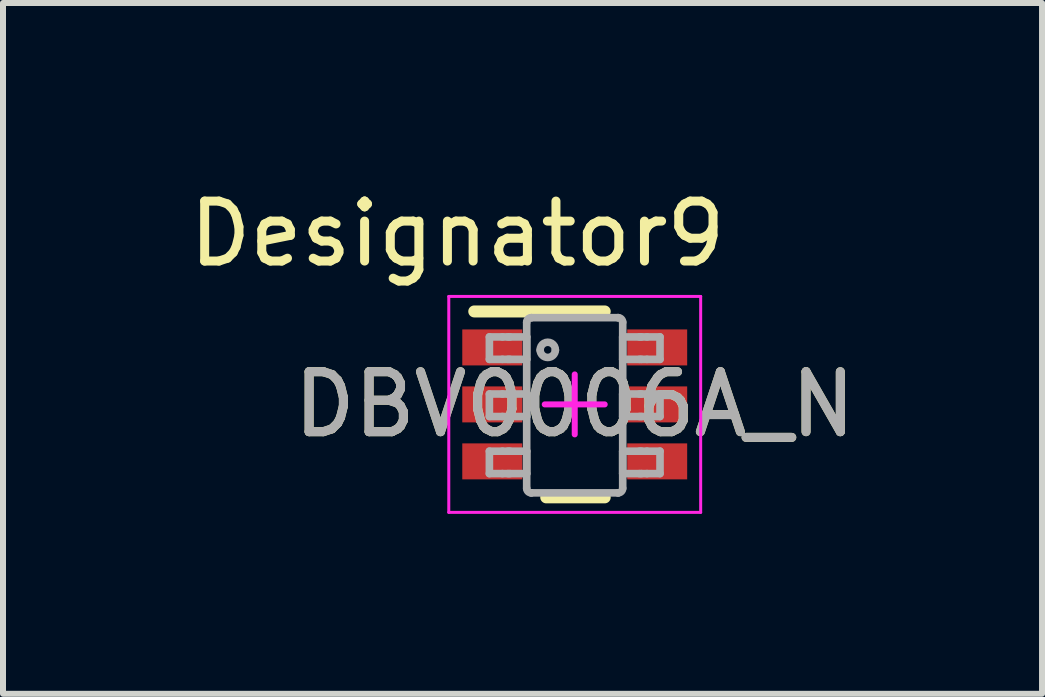
<source format=kicad_pcb>
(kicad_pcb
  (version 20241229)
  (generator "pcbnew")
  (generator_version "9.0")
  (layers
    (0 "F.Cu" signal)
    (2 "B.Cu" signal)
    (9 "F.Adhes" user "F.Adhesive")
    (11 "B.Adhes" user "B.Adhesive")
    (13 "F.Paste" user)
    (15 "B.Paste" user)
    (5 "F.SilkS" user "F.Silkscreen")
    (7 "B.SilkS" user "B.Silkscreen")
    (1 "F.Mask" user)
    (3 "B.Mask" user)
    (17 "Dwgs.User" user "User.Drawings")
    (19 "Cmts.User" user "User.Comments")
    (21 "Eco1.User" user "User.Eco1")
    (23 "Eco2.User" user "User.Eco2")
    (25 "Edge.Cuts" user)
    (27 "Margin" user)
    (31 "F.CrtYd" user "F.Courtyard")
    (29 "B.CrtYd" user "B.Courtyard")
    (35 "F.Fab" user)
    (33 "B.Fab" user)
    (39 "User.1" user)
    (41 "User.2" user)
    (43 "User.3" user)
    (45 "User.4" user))
  (footprint "DBV0006A_N"
    (layer "F.Cu")
    (at 6.533 3.693)
    (property "Reference" "DBV0006A_N" (at 0 0 0) (unlocked yes) (layer "F.SilkS") (effects (font (size 1 1) (thickness 0.15))))
    (attr smd)
    (fp_line (start -1.675 -1.55) (end 0.5 -1.55) (stroke (width 0.2) (type solid)) (layer "F.SilkS"))
    (fp_line (start -0.475 1.55) (end 0.5 1.55) (stroke (width 0.2) (type solid)) (layer "F.SilkS"))
    (fp_line (start -2.1 -1.8) (end 2.1 -1.8) (stroke (width 0.05) (type solid)) (layer "F.CrtYd"))
    (fp_line (start -2.1 1.8) (end -2.1 -1.8) (stroke (width 0.05) (type solid)) (layer "F.CrtYd"))
    (fp_line (start -2.1 1.8) (end 2.1 1.8) (stroke (width 0.05) (type solid)) (layer "F.CrtYd"))
    (fp_line (start -0.5 0) (end 0.5 0) (stroke (width 0.1) (type solid)) (layer "F.CrtYd"))
    (fp_line (start 0 0.5) (end 0 -0.5) (stroke (width 0.1) (type solid)) (layer "F.CrtYd"))
    (fp_line (start 2.1 1.8) (end 2.1 -1.8) (stroke (width 0.05) (type solid)) (layer "F.CrtYd"))
    (fp_line (start -1.423 -1.125) (end -1.206 -1.125) (stroke (width 0.127) (type solid)) (layer "F.Fab"))
    (fp_line (start -1.423 -0.751) (end -1.423 -1.125) (stroke (width 0.127) (type solid)) (layer "F.Fab"))
    (fp_line (start -1.423 -0.751) (end -1.206 -0.751) (stroke (width 0.127) (type solid)) (layer "F.Fab"))
    (fp_line (start -1.423 -0.173) (end -1.206 -0.173) (stroke (width 0.127) (type solid)) (layer "F.Fab"))
    (fp_line (start -1.423 0.202) (end -1.423 -0.173) (stroke (width 0.127) (type solid)) (layer "F.Fab"))
    (fp_line (start -1.423 0.202) (end -1.206 0.202) (stroke (width 0.127) (type solid)) (layer "F.Fab"))
    (fp_line (start -1.423 0.78) (end -1.206 0.78) (stroke (width 0.127) (type solid)) (layer "F.Fab"))
    (fp_line (start -1.423 1.154) (end -1.423 0.78) (stroke (width 0.127) (type solid)) (layer "F.Fab"))
    (fp_line (start -1.423 1.154) (end -1.206 1.154) (stroke (width 0.127) (type solid)) (layer "F.Fab"))
    (fp_line (start -1.206 -1.125) (end -1.113 -1.125) (stroke (width 0.127) (type solid)) (layer "F.Fab"))
    (fp_line (start -1.206 -0.751) (end -1.113 -0.751) (stroke (width 0.127) (type solid)) (layer "F.Fab"))
    (fp_line (start -1.206 -0.173) (end -1.113 -0.173) (stroke (width 0.127) (type solid)) (layer "F.Fab"))
    (fp_line (start -1.206 0.202) (end -1.113 0.202) (stroke (width 0.127) (type solid)) (layer "F.Fab"))
    (fp_line (start -1.206 0.78) (end -1.113 0.78) (stroke (width 0.127) (type solid)) (layer "F.Fab"))
    (fp_line (start -1.206 1.154) (end -1.113 1.154) (stroke (width 0.127) (type solid)) (layer "F.Fab"))
    (fp_line (start -1.113 -1.125) (end -1.081 -1.125) (stroke (width 0.127) (type solid)) (layer "F.Fab"))
    (fp_line (start -1.113 -0.751) (end -1.081 -0.751) (stroke (width 0.127) (type solid)) (layer "F.Fab"))
    (fp_line (start -1.113 -0.173) (end -1.081 -0.173) (stroke (width 0.127) (type solid)) (layer "F.Fab"))
    (fp_line (start -1.113 0.202) (end -1.081 0.202) (stroke (width 0.127) (type solid)) (layer "F.Fab"))
    (fp_line (start -1.113 0.78) (end -1.081 0.78) (stroke (width 0.127) (type solid)) (layer "F.Fab"))
    (fp_line (start -1.113 1.154) (end -1.081 1.154) (stroke (width 0.127) (type solid)) (layer "F.Fab"))
    (fp_line (start -1.081 -1.125) (end -0.828 -1.125) (stroke (width 0.127) (type solid)) (layer "F.Fab"))
    (fp_line (start -1.081 -0.751) (end -0.828 -0.751) (stroke (width 0.127) (type solid)) (layer "F.Fab"))
    (fp_line (start -1.081 -0.173) (end -0.828 -0.173) (stroke (width 0.127) (type solid)) (layer "F.Fab"))
    (fp_line (start -1.081 0.202) (end -0.828 0.202) (stroke (width 0.127) (type solid)) (layer "F.Fab"))
    (fp_line (start -1.081 0.78) (end -0.828 0.78) (stroke (width 0.127) (type solid)) (layer "F.Fab"))
    (fp_line (start -1.081 1.154) (end -0.828 1.154) (stroke (width 0.127) (type solid)) (layer "F.Fab"))
    (fp_line (start -0.828 -1.125) (end -0.801 -1.125) (stroke (width 0.127) (type solid)) (layer "F.Fab"))
    (fp_line (start -0.828 -0.751) (end -0.801 -0.751) (stroke (width 0.127) (type solid)) (layer "F.Fab"))
    (fp_line (start -0.828 -0.173) (end -0.801 -0.173) (stroke (width 0.127) (type solid)) (layer "F.Fab"))
    (fp_line (start -0.828 0.202) (end -0.801 0.202) (stroke (width 0.127) (type solid)) (layer "F.Fab"))
    (fp_line (start -0.828 0.78) (end -0.801 0.78) (stroke (width 0.127) (type solid)) (layer "F.Fab"))
    (fp_line (start -0.828 1.154) (end -0.801 1.154) (stroke (width 0.127) (type solid)) (layer "F.Fab"))
    (fp_line (start -0.801 -0.751) (end -0.801 -1.125) (stroke (width 0.127) (type solid)) (layer "F.Fab"))
    (fp_line (start -0.801 0.202) (end -0.801 -0.173) (stroke (width 0.127) (type solid)) (layer "F.Fab"))
    (fp_line (start -0.801 1.154) (end -0.801 0.78) (stroke (width 0.127) (type solid)) (layer "F.Fab"))
    (fp_line (start -0.801 1.399) (end -0.801 -1.37) (stroke (width 0.127) (type solid)) (layer "F.Fab"))
    (fp_line (start -0.725 -1.446) (end -0.724 -1.446) (stroke (width 0.127) (type solid)) (layer "F.Fab"))
    (fp_line (start -0.725 1.475) (end -0.724 1.475) (stroke (width 0.127) (type solid)) (layer "F.Fab"))
    (fp_line (start -0.724 -1.446) (end 0.723 -1.446) (stroke (width 0.127) (type solid)) (layer "F.Fab"))
    (fp_line (start -0.724 1.475) (end 0.723 1.475) (stroke (width 0.127) (type solid)) (layer "F.Fab"))
    (fp_line (start 0.723 -1.446) (end 0.724 -1.446) (stroke (width 0.127) (type solid)) (layer "F.Fab"))
    (fp_line (start 0.723 1.475) (end 0.724 1.475) (stroke (width 0.127) (type solid)) (layer "F.Fab"))
    (fp_line (start 0.8 -1.125) (end 0.827 -1.125) (stroke (width 0.127) (type solid)) (layer "F.Fab"))
    (fp_line (start 0.8 -0.751) (end 0.8 -1.125) (stroke (width 0.127) (type solid)) (layer "F.Fab"))
    (fp_line (start 0.8 -0.751) (end 0.827 -0.751) (stroke (width 0.127) (type solid)) (layer "F.Fab"))
    (fp_line (start 0.8 -0.173) (end 0.827 -0.173) (stroke (width 0.127) (type solid)) (layer "F.Fab"))
    (fp_line (start 0.8 0.202) (end 0.8 -0.173) (stroke (width 0.127) (type solid)) (layer "F.Fab"))
    (fp_line (start 0.8 0.202) (end 0.827 0.202) (stroke (width 0.127) (type solid)) (layer "F.Fab"))
    (fp_line (start 0.8 0.78) (end 0.827 0.78) (stroke (width 0.127) (type solid)) (layer "F.Fab"))
    (fp_line (start 0.8 1.154) (end 0.8 0.78) (stroke (width 0.127) (type solid)) (layer "F.Fab"))
    (fp_line (start 0.8 1.154) (end 0.827 1.154) (stroke (width 0.127) (type solid)) (layer "F.Fab"))
    (fp_line (start 0.8 1.399) (end 0.8 -1.37) (stroke (width 0.127) (type solid)) (layer "F.Fab"))
    (fp_line (start 0.827 -1.125) (end 1.08 -1.125) (stroke (width 0.127) (type solid)) (layer "F.Fab"))
    (fp_line (start 0.827 -0.751) (end 1.08 -0.751) (stroke (width 0.127) (type solid)) (layer "F.Fab"))
    (fp_line (start 0.827 -0.173) (end 1.08 -0.173) (stroke (width 0.127) (type solid)) (layer "F.Fab"))
    (fp_line (start 0.827 0.202) (end 1.08 0.202) (stroke (width 0.127) (type solid)) (layer "F.Fab"))
    (fp_line (start 0.827 0.78) (end 1.08 0.78) (stroke (width 0.127) (type solid)) (layer "F.Fab"))
    (fp_line (start 0.827 1.154) (end 1.08 1.154) (stroke (width 0.127) (type solid)) (layer "F.Fab"))
    (fp_line (start 1.08 -1.125) (end 1.112 -1.125) (stroke (width 0.127) (type solid)) (layer "F.Fab"))
    (fp_line (start 1.08 -0.751) (end 1.112 -0.751) (stroke (width 0.127) (type solid)) (layer "F.Fab"))
    (fp_line (start 1.08 -0.173) (end 1.112 -0.173) (stroke (width 0.127) (type solid)) (layer "F.Fab"))
    (fp_line (start 1.08 0.202) (end 1.112 0.202) (stroke (width 0.127) (type solid)) (layer "F.Fab"))
    (fp_line (start 1.08 0.78) (end 1.112 0.78) (stroke (width 0.127) (type solid)) (layer "F.Fab"))
    (fp_line (start 1.08 1.154) (end 1.112 1.154) (stroke (width 0.127) (type solid)) (layer "F.Fab"))
    (fp_line (start 1.112 -1.125) (end 1.205 -1.125) (stroke (width 0.127) (type solid)) (layer "F.Fab"))
    (fp_line (start 1.112 -0.751) (end 1.205 -0.751) (stroke (width 0.127) (type solid)) (layer "F.Fab"))
    (fp_line (start 1.112 -0.173) (end 1.205 -0.173) (stroke (width 0.127) (type solid)) (layer "F.Fab"))
    (fp_line (start 1.112 0.202) (end 1.205 0.202) (stroke (width 0.127) (type solid)) (layer "F.Fab"))
    (fp_line (start 1.112 0.78) (end 1.205 0.78) (stroke (width 0.127) (type solid)) (layer "F.Fab"))
    (fp_line (start 1.112 1.154) (end 1.205 1.154) (stroke (width 0.127) (type solid)) (layer "F.Fab"))
    (fp_line (start 1.205 -1.125) (end 1.422 -1.125) (stroke (width 0.127) (type solid)) (layer "F.Fab"))
    (fp_line (start 1.205 -0.751) (end 1.422 -0.751) (stroke (width 0.127) (type solid)) (layer "F.Fab"))
    (fp_line (start 1.205 -0.173) (end 1.422 -0.173) (stroke (width 0.127) (type solid)) (layer "F.Fab"))
    (fp_line (start 1.205 0.202) (end 1.422 0.202) (stroke (width 0.127) (type solid)) (layer "F.Fab"))
    (fp_line (start 1.205 0.78) (end 1.422 0.78) (stroke (width 0.127) (type solid)) (layer "F.Fab"))
    (fp_line (start 1.205 1.154) (end 1.422 1.154) (stroke (width 0.127) (type solid)) (layer "F.Fab"))
    (fp_line (start 1.422 -0.751) (end 1.422 -1.125) (stroke (width 0.127) (type solid)) (layer "F.Fab"))
    (fp_line (start 1.422 0.202) (end 1.422 -0.173) (stroke (width 0.127) (type solid)) (layer "F.Fab"))
    (fp_line (start 1.422 1.154) (end 1.422 0.78) (stroke (width 0.127) (type solid)) (layer "F.Fab"))
    (fp_arc (start -0.800692 -1.369901) (mid -0.778512 -1.423533) (end -0.724999 -1.446) (stroke (width 0.127) (type solid)) (layer "F.Fab"))
    (fp_arc (start -0.724999 1.475002) (mid -0.778507 1.452548) (end -0.800692 1.398928) (stroke (width 0.127) (type solid)) (layer "F.Fab"))
    (fp_arc (start -0.576537 -0.906071) (mid -0.449562 -1.033046) (end -0.322588 -0.906071) (stroke (width 0.127) (type solid)) (layer "F.Fab"))
    (fp_arc (start -0.322588 -0.906071) (mid -0.449562 -0.779097) (end -0.576537 -0.906071) (stroke (width 0.127) (type solid)) (layer "F.Fab"))
    (fp_arc (start 0.723841 -1.446) (mid 0.777341 -1.423528) (end 0.799508 -1.369901) (stroke (width 0.127) (type solid)) (layer "F.Fab"))
    (fp_arc (start 0.799508 1.398928) (mid 0.777336 1.452543) (end 0.723841 1.475002) (stroke (width 0.127) (type solid)) (layer "F.Fab"))
    (fp_text user "Designator9" (at -1.956 -2.845 0) (unlocked yes) (layer "F.SilkS") (effects (font (size 1 1) (thickness 0.15))))
    (fp_text user "${REFERENCE}" (at 0 0 0) (unlocked yes) (layer "F.Fab") (effects (font (size 1 1) (thickness 0.15))))
    (pad "1" smd rect (at -1.375 -0.95 90) (size 0.6 1) (layers "F.Cu" "F.Mask" "F.Paste"))
    (pad "2" smd rect (at -1.375 0 90) (size 0.6 1) (layers "F.Cu" "F.Mask" "F.Paste"))
    (pad "3" smd rect (at -1.375 0.95 90) (size 0.6 1) (layers "F.Cu" "F.Mask" "F.Paste"))
    (pad "4" smd rect (at 1.375 0.95 90) (size 0.6 1) (layers "F.Cu" "F.Mask" "F.Paste"))
    (pad "5" smd rect (at 1.375 0 90) (size 0.6 1) (layers "F.Cu" "F.Mask" "F.Paste"))
    (pad "6" smd rect (at 1.375 -0.95 90) (size 0.6 1) (layers "F.Cu" "F.Mask" "F.Paste")))
  (gr_rect
    (start -3 -3)
    (end 14.325 8.518)
    (stroke (width 0.1) (type default))
    (fill no)
    (layer "Edge.Cuts")))
</source>
